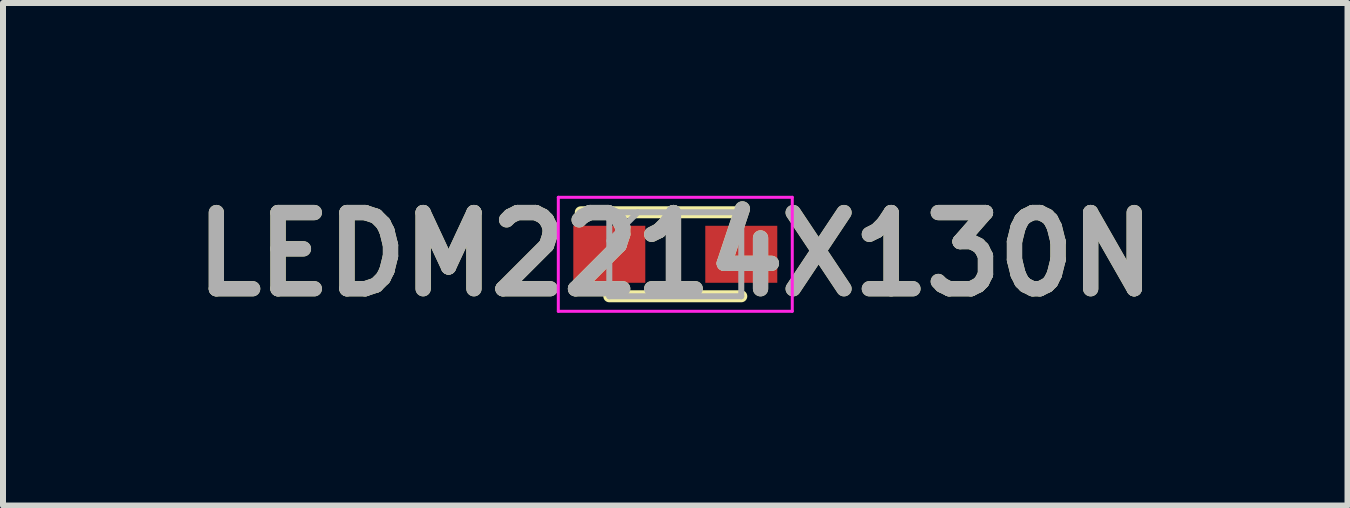
<source format=kicad_pcb>
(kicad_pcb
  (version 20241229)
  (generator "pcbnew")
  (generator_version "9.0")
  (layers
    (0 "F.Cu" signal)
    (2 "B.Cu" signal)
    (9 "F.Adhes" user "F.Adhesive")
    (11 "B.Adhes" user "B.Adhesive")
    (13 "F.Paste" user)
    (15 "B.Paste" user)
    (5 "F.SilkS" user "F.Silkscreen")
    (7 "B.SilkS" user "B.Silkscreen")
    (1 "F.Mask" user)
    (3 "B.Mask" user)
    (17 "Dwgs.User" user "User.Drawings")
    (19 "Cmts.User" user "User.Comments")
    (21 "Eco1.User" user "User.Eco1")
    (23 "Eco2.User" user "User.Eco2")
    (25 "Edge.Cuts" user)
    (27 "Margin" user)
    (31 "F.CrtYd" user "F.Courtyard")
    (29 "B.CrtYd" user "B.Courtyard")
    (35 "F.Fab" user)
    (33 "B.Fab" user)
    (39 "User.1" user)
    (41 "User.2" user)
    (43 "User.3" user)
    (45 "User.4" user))
  (footprint "LEDM2214X130N"
    (layer "F.Cu")
    (at 8.207 1.189)
    (property "Reference" "LEDM2214X130N" (at 0 0 0) (layer "F.SilkS") (effects (font (size 1.27 1.27) (thickness 0.254))))
    (attr smd)
    (fp_line (start -1.1 0.7) (end 1.1 0.7) (stroke (width 0.2) (type solid)) (layer "F.SilkS"))
    (fp_line (start 1.1 -0.7) (end -1.575 -0.7) (stroke (width 0.2) (type solid)) (layer "F.SilkS"))
    (fp_line (start -1.95 -0.95) (end 1.95 -0.95) (stroke (width 0.05) (type solid)) (layer "F.CrtYd"))
    (fp_line (start -1.95 0.95) (end -1.95 -0.95) (stroke (width 0.05) (type solid)) (layer "F.CrtYd"))
    (fp_line (start 1.95 -0.95) (end 1.95 0.95) (stroke (width 0.05) (type solid)) (layer "F.CrtYd"))
    (fp_line (start 1.95 0.95) (end -1.95 0.95) (stroke (width 0.05) (type solid)) (layer "F.CrtYd"))
    (fp_line (start -1.1 -0.7) (end 1.1 -0.7) (stroke (width 0.1) (type solid)) (layer "F.Fab"))
    (fp_line (start -1.1 -0.225) (end -0.625 -0.7) (stroke (width 0.1) (type solid)) (layer "F.Fab"))
    (fp_line (start -1.1 0.7) (end -1.1 -0.7) (stroke (width 0.1) (type solid)) (layer "F.Fab"))
    (fp_line (start 1.1 -0.7) (end 1.1 0.7) (stroke (width 0.1) (type solid)) (layer "F.Fab"))
    (fp_line (start 1.1 0.7) (end -1.1 0.7) (stroke (width 0.1) (type solid)) (layer "F.Fab"))
    (fp_text user "${REFERENCE}" (at 0 0 0) (layer "F.Fab") (effects (font (size 1.27 1.27) (thickness 0.254))))
    (pad "1" smd rect (at -1.1 0 90) (size 0.95 1.2) (layers "F.Cu" "F.Mask" "F.Paste"))
    (pad "2" smd rect (at 1.1 0 90) (size 0.95 1.2) (layers "F.Cu" "F.Mask" "F.Paste")))
  (gr_rect
    (start -3 -3)
    (end 19.413 5.377)
    (stroke (width 0.1) (type default))
    (fill no)
    (layer "Edge.Cuts")))
</source>
